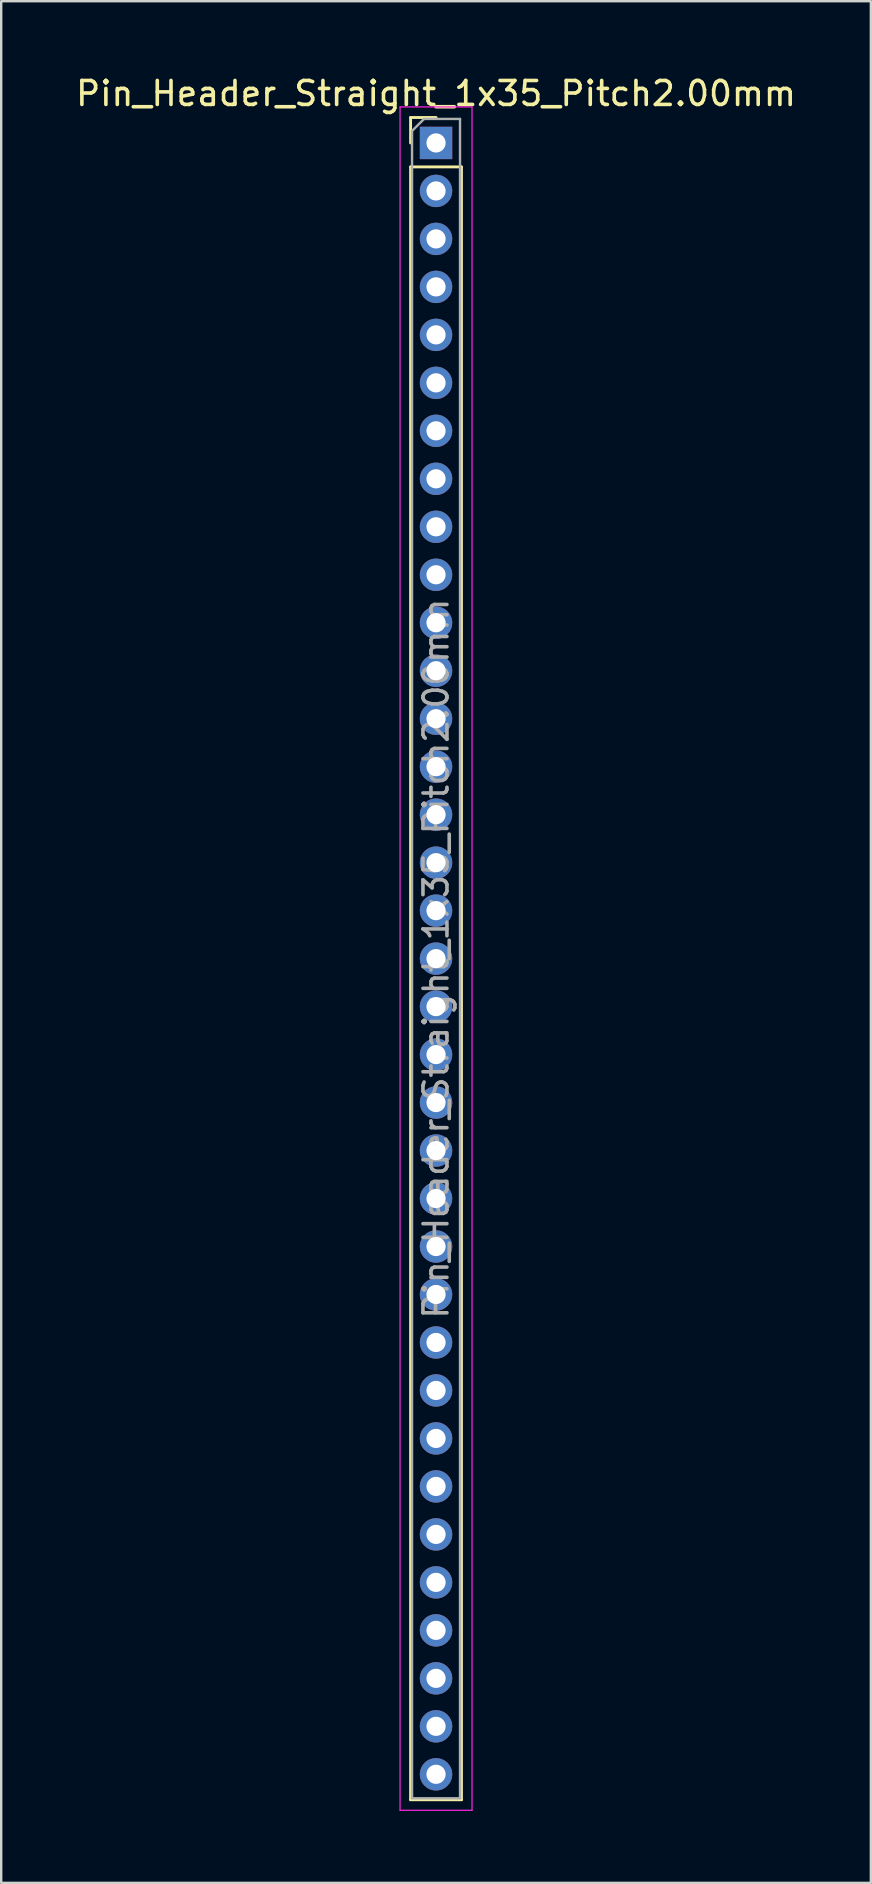
<source format=kicad_pcb>
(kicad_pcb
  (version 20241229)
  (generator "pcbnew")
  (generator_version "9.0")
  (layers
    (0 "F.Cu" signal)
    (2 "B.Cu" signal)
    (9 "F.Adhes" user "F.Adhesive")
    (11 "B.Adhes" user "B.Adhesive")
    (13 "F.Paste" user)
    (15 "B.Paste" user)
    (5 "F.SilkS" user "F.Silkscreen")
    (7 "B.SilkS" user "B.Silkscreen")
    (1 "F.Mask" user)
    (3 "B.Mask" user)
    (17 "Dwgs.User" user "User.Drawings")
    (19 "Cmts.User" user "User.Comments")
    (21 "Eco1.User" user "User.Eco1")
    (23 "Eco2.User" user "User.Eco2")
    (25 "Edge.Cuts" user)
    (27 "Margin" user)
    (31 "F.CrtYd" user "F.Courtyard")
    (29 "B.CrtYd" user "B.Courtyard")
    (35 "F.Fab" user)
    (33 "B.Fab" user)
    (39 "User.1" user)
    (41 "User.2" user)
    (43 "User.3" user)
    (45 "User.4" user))
  (footprint "Pin_Header_Straight_1x35_Pitch2.00mm"
    (layer "F.Cu")
    (at 15.125 2.908)
    (property "Reference" "Pin_Header_Straight_1x35_Pitch2.00mm" (at 0 -2.06 0) (layer "F.SilkS") (effects (font (size 1 1) (thickness 0.15))))
    (attr through_hole)
    (fp_line (start -1.06 -1.06) (end 0 -1.06) (stroke (width 0.12) (type solid)) (layer "F.SilkS"))
    (fp_line (start -1.06 0) (end -1.06 -1.06) (stroke (width 0.12) (type solid)) (layer "F.SilkS"))
    (fp_line (start -1.06 1) (end -1.06 69.06) (stroke (width 0.12) (type solid)) (layer "F.SilkS"))
    (fp_line (start -1.06 1) (end 1.06 1) (stroke (width 0.12) (type solid)) (layer "F.SilkS"))
    (fp_line (start -1.06 69.06) (end 1.06 69.06) (stroke (width 0.12) (type solid)) (layer "F.SilkS"))
    (fp_line (start 1.06 1) (end 1.06 69.06) (stroke (width 0.12) (type solid)) (layer "F.SilkS"))
    (fp_line (start -1.5 -1.5) (end -1.5 69.5) (stroke (width 0.05) (type solid)) (layer "F.CrtYd"))
    (fp_line (start -1.5 69.5) (end 1.5 69.5) (stroke (width 0.05) (type solid)) (layer "F.CrtYd"))
    (fp_line (start 1.5 -1.5) (end -1.5 -1.5) (stroke (width 0.05) (type solid)) (layer "F.CrtYd"))
    (fp_line (start 1.5 69.5) (end 1.5 -1.5) (stroke (width 0.05) (type solid)) (layer "F.CrtYd"))
    (fp_line (start -1 -0.5) (end -0.5 -1) (stroke (width 0.1) (type solid)) (layer "F.Fab"))
    (fp_line (start -1 69) (end -1 -0.5) (stroke (width 0.1) (type solid)) (layer "F.Fab"))
    (fp_line (start -0.5 -1) (end 1 -1) (stroke (width 0.1) (type solid)) (layer "F.Fab"))
    (fp_line (start 1 -1) (end 1 69) (stroke (width 0.1) (type solid)) (layer "F.Fab"))
    (fp_line (start 1 69) (end -1 69) (stroke (width 0.1) (type solid)) (layer "F.Fab"))
    (fp_text user "${REFERENCE}" (at 0 34 90) (layer "F.Fab") (effects (font (size 1 1) (thickness 0.15))))
    (pad "1" thru_hole rect (at 0 0) (size 1.35 1.35) (drill 0.8) (layers "*.Cu" "*.Mask"))
    (pad "2" thru_hole oval (at 0 2) (size 1.35 1.35) (drill 0.8) (layers "*.Cu" "*.Mask"))
    (pad "3" thru_hole oval (at 0 4) (size 1.35 1.35) (drill 0.8) (layers "*.Cu" "*.Mask"))
    (pad "4" thru_hole oval (at 0 6) (size 1.35 1.35) (drill 0.8) (layers "*.Cu" "*.Mask"))
    (pad "5" thru_hole oval (at 0 8) (size 1.35 1.35) (drill 0.8) (layers "*.Cu" "*.Mask"))
    (pad "6" thru_hole oval (at 0 10) (size 1.35 1.35) (drill 0.8) (layers "*.Cu" "*.Mask"))
    (pad "7" thru_hole oval (at 0 12) (size 1.35 1.35) (drill 0.8) (layers "*.Cu" "*.Mask"))
    (pad "8" thru_hole oval (at 0 14) (size 1.35 1.35) (drill 0.8) (layers "*.Cu" "*.Mask"))
    (pad "9" thru_hole oval (at 0 16) (size 1.35 1.35) (drill 0.8) (layers "*.Cu" "*.Mask"))
    (pad "10" thru_hole oval (at 0 18) (size 1.35 1.35) (drill 0.8) (layers "*.Cu" "*.Mask"))
    (pad "11" thru_hole oval (at 0 20) (size 1.35 1.35) (drill 0.8) (layers "*.Cu" "*.Mask"))
    (pad "12" thru_hole oval (at 0 22) (size 1.35 1.35) (drill 0.8) (layers "*.Cu" "*.Mask"))
    (pad "13" thru_hole oval (at 0 24) (size 1.35 1.35) (drill 0.8) (layers "*.Cu" "*.Mask"))
    (pad "14" thru_hole oval (at 0 26) (size 1.35 1.35) (drill 0.8) (layers "*.Cu" "*.Mask"))
    (pad "15" thru_hole oval (at 0 28) (size 1.35 1.35) (drill 0.8) (layers "*.Cu" "*.Mask"))
    (pad "16" thru_hole oval (at 0 30) (size 1.35 1.35) (drill 0.8) (layers "*.Cu" "*.Mask"))
    (pad "17" thru_hole oval (at 0 32) (size 1.35 1.35) (drill 0.8) (layers "*.Cu" "*.Mask"))
    (pad "18" thru_hole oval (at 0 34) (size 1.35 1.35) (drill 0.8) (layers "*.Cu" "*.Mask"))
    (pad "19" thru_hole oval (at 0 36) (size 1.35 1.35) (drill 0.8) (layers "*.Cu" "*.Mask"))
    (pad "20" thru_hole oval (at 0 38) (size 1.35 1.35) (drill 0.8) (layers "*.Cu" "*.Mask"))
    (pad "21" thru_hole oval (at 0 40) (size 1.35 1.35) (drill 0.8) (layers "*.Cu" "*.Mask"))
    (pad "22" thru_hole oval (at 0 42) (size 1.35 1.35) (drill 0.8) (layers "*.Cu" "*.Mask"))
    (pad "23" thru_hole oval (at 0 44) (size 1.35 1.35) (drill 0.8) (layers "*.Cu" "*.Mask"))
    (pad "24" thru_hole oval (at 0 46) (size 1.35 1.35) (drill 0.8) (layers "*.Cu" "*.Mask"))
    (pad "25" thru_hole oval (at 0 48) (size 1.35 1.35) (drill 0.8) (layers "*.Cu" "*.Mask"))
    (pad "26" thru_hole oval (at 0 50) (size 1.35 1.35) (drill 0.8) (layers "*.Cu" "*.Mask"))
    (pad "27" thru_hole oval (at 0 52) (size 1.35 1.35) (drill 0.8) (layers "*.Cu" "*.Mask"))
    (pad "28" thru_hole oval (at 0 54) (size 1.35 1.35) (drill 0.8) (layers "*.Cu" "*.Mask"))
    (pad "29" thru_hole oval (at 0 56) (size 1.35 1.35) (drill 0.8) (layers "*.Cu" "*.Mask"))
    (pad "30" thru_hole oval (at 0 58) (size 1.35 1.35) (drill 0.8) (layers "*.Cu" "*.Mask"))
    (pad "31" thru_hole oval (at 0 60) (size 1.35 1.35) (drill 0.8) (layers "*.Cu" "*.Mask"))
    (pad "32" thru_hole oval (at 0 62) (size 1.35 1.35) (drill 0.8) (layers "*.Cu" "*.Mask"))
    (pad "33" thru_hole oval (at 0 64) (size 1.35 1.35) (drill 0.8) (layers "*.Cu" "*.Mask"))
    (pad "34" thru_hole oval (at 0 66) (size 1.35 1.35) (drill 0.8) (layers "*.Cu" "*.Mask"))
    (pad "35" thru_hole oval (at 0 68) (size 1.35 1.35) (drill 0.8) (layers "*.Cu" "*.Mask")))
  (gr_rect
    (start -3 -3)
    (end 33.25 75.433)
    (stroke (width 0.1) (type default))
    (fill no)
    (layer "Edge.Cuts")))
</source>
